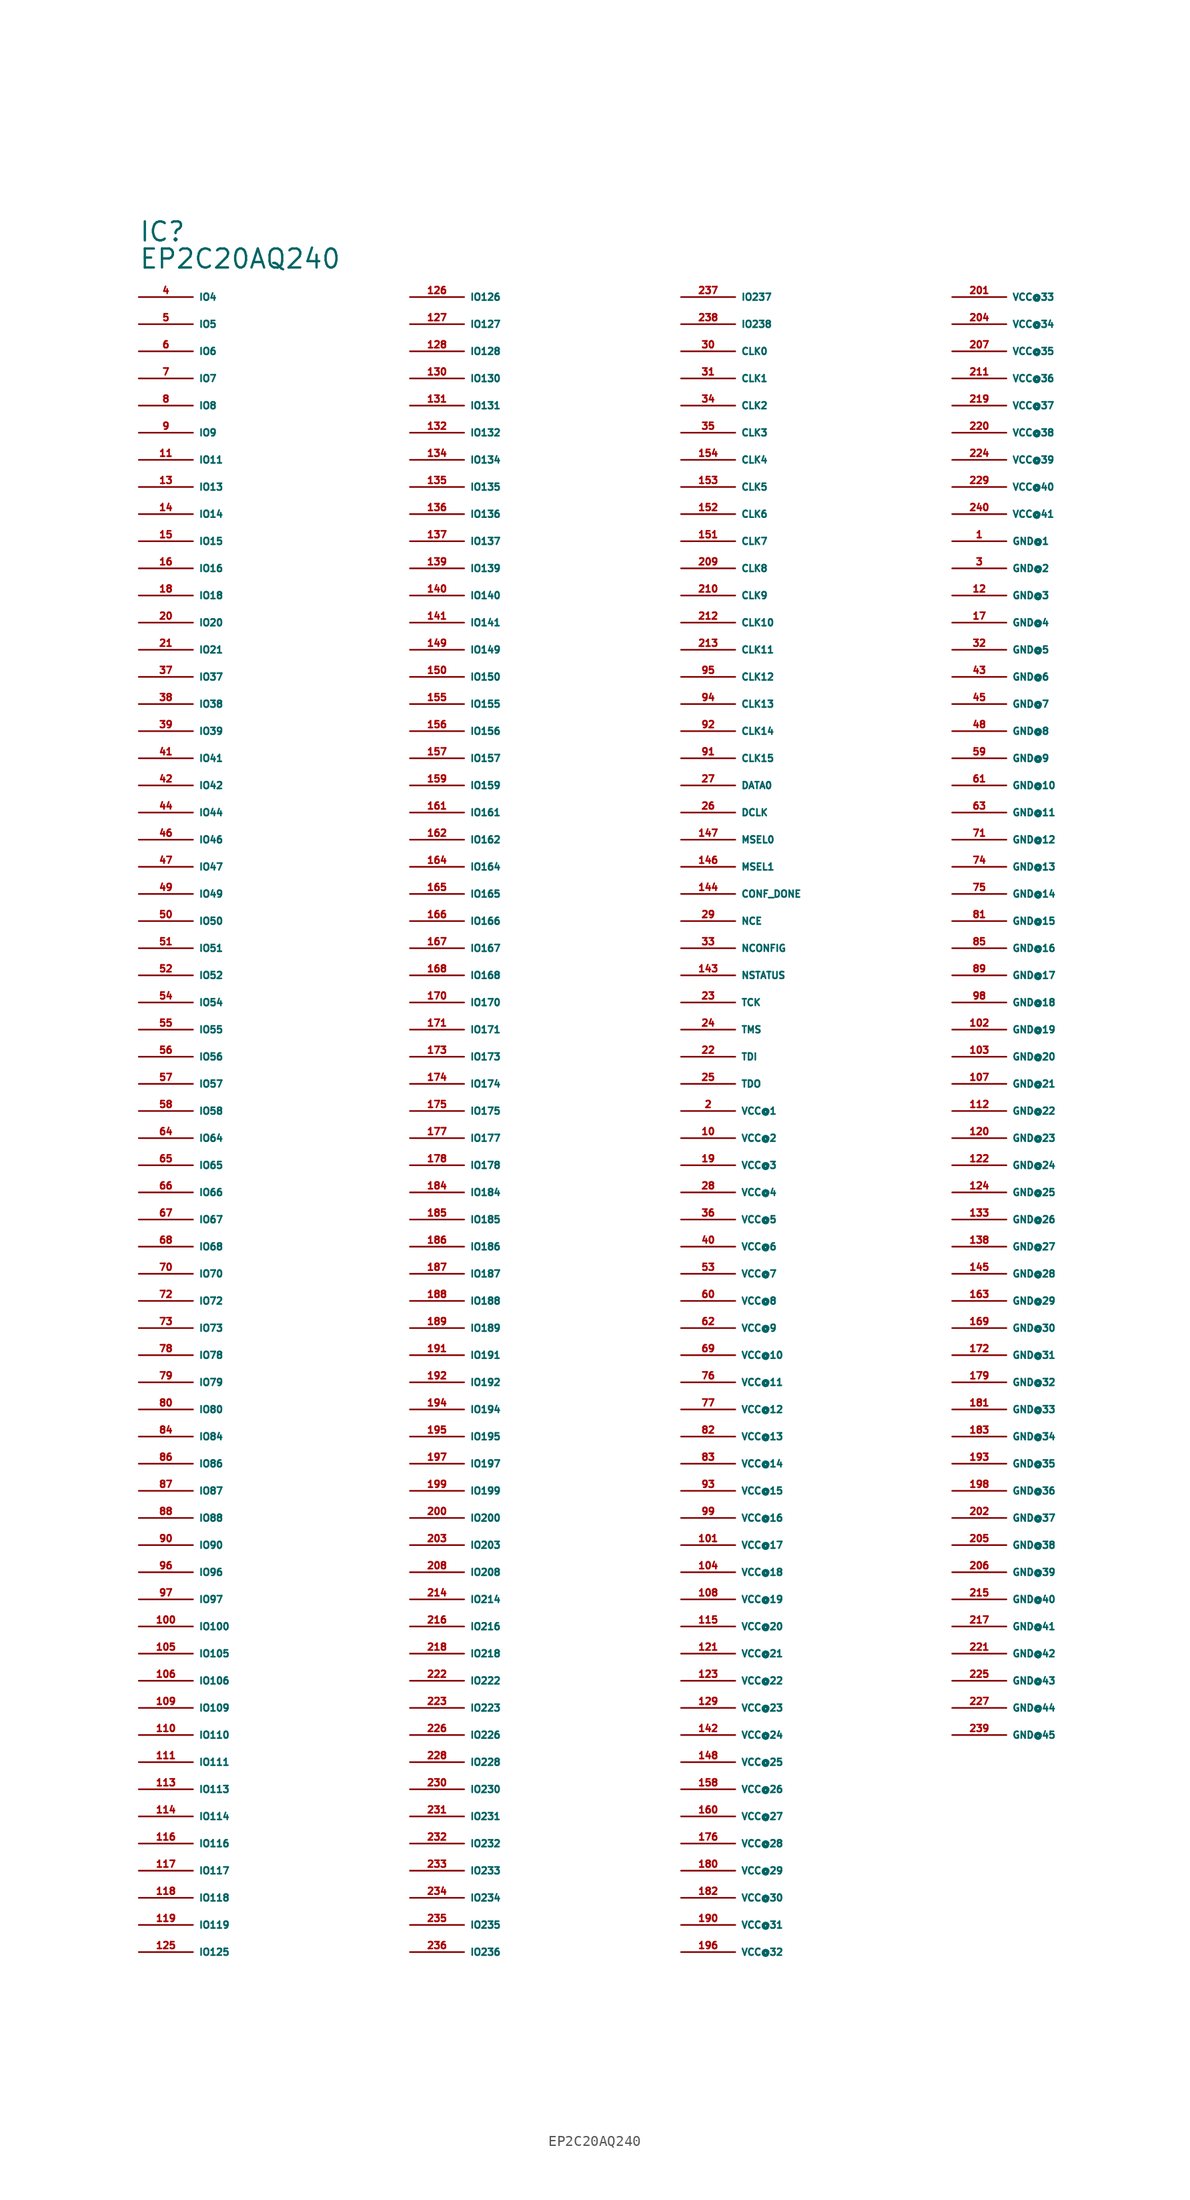
<source format=kicad_sym>
(kicad_symbol_lib
  (version 20220914)
  (generator Eagle2Kicad)
  (symbol "EP2C20AQ240"
    (property "Reference" "IC"
      (at -30.48 86.36 0)
      (effects (font (size 1.778 1.778) (thickness 0.22)) (justify left bottom)))
    (property "Value" "EP2C20AQ240"
      (at -30.48 83.82 0)
      (effects (font (size 1.778 1.778) (thickness 0.22)) (justify left bottom)))
    (pin output line
      (at -30.48 81.28 0)
      (length 5.08)
      (name "IO4" (effects (font (size 0.635 0.635) (thickness 0.08)) (justify left bottom)))
      (number "4" (effects (font (size 0.635 0.635) (thickness 0.08)) (justify left bottom))))
    (pin output line
      (at -30.48 78.74 0)
      (length 5.08)
      (name "IO5" (effects (font (size 0.635 0.635) (thickness 0.08)) (justify left bottom)))
      (number "5" (effects (font (size 0.635 0.635) (thickness 0.08)) (justify left bottom))))
    (pin bidirectional line
      (at -30.48 76.2 0)
      (length 5.08)
      (name "IO6" (effects (font (size 0.635 0.635) (thickness 0.08)) (justify left bottom)))
      (number "6" (effects (font (size 0.635 0.635) (thickness 0.08)) (justify left bottom))))
    (pin bidirectional line
      (at -30.48 73.66 0)
      (length 5.08)
      (name "IO7" (effects (font (size 0.635 0.635) (thickness 0.08)) (justify left bottom)))
      (number "7" (effects (font (size 0.635 0.635) (thickness 0.08)) (justify left bottom))))
    (pin bidirectional line
      (at -30.48 71.12 0)
      (length 5.08)
      (name "IO8" (effects (font (size 0.635 0.635) (thickness 0.08)) (justify left bottom)))
      (number "8" (effects (font (size 0.635 0.635) (thickness 0.08)) (justify left bottom))))
    (pin bidirectional line
      (at -30.48 68.58 0)
      (length 5.08)
      (name "IO9" (effects (font (size 0.635 0.635) (thickness 0.08)) (justify left bottom)))
      (number "9" (effects (font (size 0.635 0.635) (thickness 0.08)) (justify left bottom))))
    (pin bidirectional line
      (at -30.48 66.04 0)
      (length 5.08)
      (name "IO11" (effects (font (size 0.635 0.635) (thickness 0.08)) (justify left bottom)))
      (number "11" (effects (font (size 0.635 0.635) (thickness 0.08)) (justify left bottom))))
    (pin bidirectional line
      (at -30.48 63.5 0)
      (length 5.08)
      (name "IO13" (effects (font (size 0.635 0.635) (thickness 0.08)) (justify left bottom)))
      (number "13" (effects (font (size 0.635 0.635) (thickness 0.08)) (justify left bottom))))
    (pin bidirectional line
      (at -30.48 60.96 0)
      (length 5.08)
      (name "IO14" (effects (font (size 0.635 0.635) (thickness 0.08)) (justify left bottom)))
      (number "14" (effects (font (size 0.635 0.635) (thickness 0.08)) (justify left bottom))))
    (pin bidirectional line
      (at -30.48 58.42 0)
      (length 5.08)
      (name "IO15" (effects (font (size 0.635 0.635) (thickness 0.08)) (justify left bottom)))
      (number "15" (effects (font (size 0.635 0.635) (thickness 0.08)) (justify left bottom))))
    (pin bidirectional line
      (at -30.48 55.88 0)
      (length 5.08)
      (name "IO16" (effects (font (size 0.635 0.635) (thickness 0.08)) (justify left bottom)))
      (number "16" (effects (font (size 0.635 0.635) (thickness 0.08)) (justify left bottom))))
    (pin bidirectional line
      (at -30.48 53.34 0)
      (length 5.08)
      (name "IO18" (effects (font (size 0.635 0.635) (thickness 0.08)) (justify left bottom)))
      (number "18" (effects (font (size 0.635 0.635) (thickness 0.08)) (justify left bottom))))
    (pin bidirectional line
      (at -30.48 50.8 0)
      (length 5.08)
      (name "IO20" (effects (font (size 0.635 0.635) (thickness 0.08)) (justify left bottom)))
      (number "20" (effects (font (size 0.635 0.635) (thickness 0.08)) (justify left bottom))))
    (pin bidirectional line
      (at -30.48 48.26 0)
      (length 5.08)
      (name "IO21" (effects (font (size 0.635 0.635) (thickness 0.08)) (justify left bottom)))
      (number "21" (effects (font (size 0.635 0.635) (thickness 0.08)) (justify left bottom))))
    (pin bidirectional line
      (at -30.48 45.72 0)
      (length 5.08)
      (name "IO37" (effects (font (size 0.635 0.635) (thickness 0.08)) (justify left bottom)))
      (number "37" (effects (font (size 0.635 0.635) (thickness 0.08)) (justify left bottom))))
    (pin bidirectional line
      (at -30.48 43.18 0)
      (length 5.08)
      (name "IO38" (effects (font (size 0.635 0.635) (thickness 0.08)) (justify left bottom)))
      (number "38" (effects (font (size 0.635 0.635) (thickness 0.08)) (justify left bottom))))
    (pin bidirectional line
      (at -30.48 40.64 0)
      (length 5.08)
      (name "IO39" (effects (font (size 0.635 0.635) (thickness 0.08)) (justify left bottom)))
      (number "39" (effects (font (size 0.635 0.635) (thickness 0.08)) (justify left bottom))))
    (pin bidirectional line
      (at -30.48 38.1 0)
      (length 5.08)
      (name "IO41" (effects (font (size 0.635 0.635) (thickness 0.08)) (justify left bottom)))
      (number "41" (effects (font (size 0.635 0.635) (thickness 0.08)) (justify left bottom))))
    (pin bidirectional line
      (at -30.48 35.56 0)
      (length 5.08)
      (name "IO42" (effects (font (size 0.635 0.635) (thickness 0.08)) (justify left bottom)))
      (number "42" (effects (font (size 0.635 0.635) (thickness 0.08)) (justify left bottom))))
    (pin bidirectional line
      (at -30.48 33.02 0)
      (length 5.08)
      (name "IO44" (effects (font (size 0.635 0.635) (thickness 0.08)) (justify left bottom)))
      (number "44" (effects (font (size 0.635 0.635) (thickness 0.08)) (justify left bottom))))
    (pin bidirectional line
      (at -30.48 30.48 0)
      (length 5.08)
      (name "IO46" (effects (font (size 0.635 0.635) (thickness 0.08)) (justify left bottom)))
      (number "46" (effects (font (size 0.635 0.635) (thickness 0.08)) (justify left bottom))))
    (pin bidirectional line
      (at -30.48 27.94 0)
      (length 5.08)
      (name "IO47" (effects (font (size 0.635 0.635) (thickness 0.08)) (justify left bottom)))
      (number "47" (effects (font (size 0.635 0.635) (thickness 0.08)) (justify left bottom))))
    (pin bidirectional line
      (at -30.48 25.4 0)
      (length 5.08)
      (name "IO49" (effects (font (size 0.635 0.635) (thickness 0.08)) (justify left bottom)))
      (number "49" (effects (font (size 0.635 0.635) (thickness 0.08)) (justify left bottom))))
    (pin bidirectional line
      (at -30.48 22.86 0)
      (length 5.08)
      (name "IO50" (effects (font (size 0.635 0.635) (thickness 0.08)) (justify left bottom)))
      (number "50" (effects (font (size 0.635 0.635) (thickness 0.08)) (justify left bottom))))
    (pin bidirectional line
      (at -30.48 20.32 0)
      (length 5.08)
      (name "IO51" (effects (font (size 0.635 0.635) (thickness 0.08)) (justify left bottom)))
      (number "51" (effects (font (size 0.635 0.635) (thickness 0.08)) (justify left bottom))))
    (pin bidirectional line
      (at -30.48 17.78 0)
      (length 5.08)
      (name "IO52" (effects (font (size 0.635 0.635) (thickness 0.08)) (justify left bottom)))
      (number "52" (effects (font (size 0.635 0.635) (thickness 0.08)) (justify left bottom))))
    (pin bidirectional line
      (at -30.48 15.24 0)
      (length 5.08)
      (name "IO54" (effects (font (size 0.635 0.635) (thickness 0.08)) (justify left bottom)))
      (number "54" (effects (font (size 0.635 0.635) (thickness 0.08)) (justify left bottom))))
    (pin bidirectional line
      (at -30.48 12.7 0)
      (length 5.08)
      (name "IO55" (effects (font (size 0.635 0.635) (thickness 0.08)) (justify left bottom)))
      (number "55" (effects (font (size 0.635 0.635) (thickness 0.08)) (justify left bottom))))
    (pin bidirectional line
      (at -30.48 10.16 0)
      (length 5.08)
      (name "IO56" (effects (font (size 0.635 0.635) (thickness 0.08)) (justify left bottom)))
      (number "56" (effects (font (size 0.635 0.635) (thickness 0.08)) (justify left bottom))))
    (pin bidirectional line
      (at -30.48 7.62 0)
      (length 5.08)
      (name "IO57" (effects (font (size 0.635 0.635) (thickness 0.08)) (justify left bottom)))
      (number "57" (effects (font (size 0.635 0.635) (thickness 0.08)) (justify left bottom))))
    (pin bidirectional line
      (at -30.48 5.08 0)
      (length 5.08)
      (name "IO58" (effects (font (size 0.635 0.635) (thickness 0.08)) (justify left bottom)))
      (number "58" (effects (font (size 0.635 0.635) (thickness 0.08)) (justify left bottom))))
    (pin bidirectional line
      (at -30.48 2.54 0)
      (length 5.08)
      (name "IO64" (effects (font (size 0.635 0.635) (thickness 0.08)) (justify left bottom)))
      (number "64" (effects (font (size 0.635 0.635) (thickness 0.08)) (justify left bottom))))
    (pin bidirectional line
      (at -30.48 0 0)
      (length 5.08)
      (name "IO65" (effects (font (size 0.635 0.635) (thickness 0.08)) (justify left bottom)))
      (number "65" (effects (font (size 0.635 0.635) (thickness 0.08)) (justify left bottom))))
    (pin bidirectional line
      (at -30.48 -2.54 0)
      (length 5.08)
      (name "IO66" (effects (font (size 0.635 0.635) (thickness 0.08)) (justify left bottom)))
      (number "66" (effects (font (size 0.635 0.635) (thickness 0.08)) (justify left bottom))))
    (pin bidirectional line
      (at -30.48 -5.08 0)
      (length 5.08)
      (name "IO67" (effects (font (size 0.635 0.635) (thickness 0.08)) (justify left bottom)))
      (number "67" (effects (font (size 0.635 0.635) (thickness 0.08)) (justify left bottom))))
    (pin bidirectional line
      (at -30.48 -7.62 0)
      (length 5.08)
      (name "IO68" (effects (font (size 0.635 0.635) (thickness 0.08)) (justify left bottom)))
      (number "68" (effects (font (size 0.635 0.635) (thickness 0.08)) (justify left bottom))))
    (pin bidirectional line
      (at -30.48 -10.16 0)
      (length 5.08)
      (name "IO70" (effects (font (size 0.635 0.635) (thickness 0.08)) (justify left bottom)))
      (number "70" (effects (font (size 0.635 0.635) (thickness 0.08)) (justify left bottom))))
    (pin bidirectional line
      (at -30.48 -12.7 0)
      (length 5.08)
      (name "IO72" (effects (font (size 0.635 0.635) (thickness 0.08)) (justify left bottom)))
      (number "72" (effects (font (size 0.635 0.635) (thickness 0.08)) (justify left bottom))))
    (pin bidirectional line
      (at -30.48 -15.24 0)
      (length 5.08)
      (name "IO73" (effects (font (size 0.635 0.635) (thickness 0.08)) (justify left bottom)))
      (number "73" (effects (font (size 0.635 0.635) (thickness 0.08)) (justify left bottom))))
    (pin bidirectional line
      (at -30.48 -17.78 0)
      (length 5.08)
      (name "IO78" (effects (font (size 0.635 0.635) (thickness 0.08)) (justify left bottom)))
      (number "78" (effects (font (size 0.635 0.635) (thickness 0.08)) (justify left bottom))))
    (pin bidirectional line
      (at -30.48 -20.32 0)
      (length 5.08)
      (name "IO79" (effects (font (size 0.635 0.635) (thickness 0.08)) (justify left bottom)))
      (number "79" (effects (font (size 0.635 0.635) (thickness 0.08)) (justify left bottom))))
    (pin bidirectional line
      (at -30.48 -22.86 0)
      (length 5.08)
      (name "IO80" (effects (font (size 0.635 0.635) (thickness 0.08)) (justify left bottom)))
      (number "80" (effects (font (size 0.635 0.635) (thickness 0.08)) (justify left bottom))))
    (pin bidirectional line
      (at -30.48 -25.4 0)
      (length 5.08)
      (name "IO84" (effects (font (size 0.635 0.635) (thickness 0.08)) (justify left bottom)))
      (number "84" (effects (font (size 0.635 0.635) (thickness 0.08)) (justify left bottom))))
    (pin bidirectional line
      (at -30.48 -27.94 0)
      (length 5.08)
      (name "IO86" (effects (font (size 0.635 0.635) (thickness 0.08)) (justify left bottom)))
      (number "86" (effects (font (size 0.635 0.635) (thickness 0.08)) (justify left bottom))))
    (pin bidirectional line
      (at -30.48 -30.48 0)
      (length 5.08)
      (name "IO87" (effects (font (size 0.635 0.635) (thickness 0.08)) (justify left bottom)))
      (number "87" (effects (font (size 0.635 0.635) (thickness 0.08)) (justify left bottom))))
    (pin bidirectional line
      (at -30.48 -33.02 0)
      (length 5.08)
      (name "IO88" (effects (font (size 0.635 0.635) (thickness 0.08)) (justify left bottom)))
      (number "88" (effects (font (size 0.635 0.635) (thickness 0.08)) (justify left bottom))))
    (pin bidirectional line
      (at -30.48 -35.56 0)
      (length 5.08)
      (name "IO90" (effects (font (size 0.635 0.635) (thickness 0.08)) (justify left bottom)))
      (number "90" (effects (font (size 0.635 0.635) (thickness 0.08)) (justify left bottom))))
    (pin bidirectional line
      (at -30.48 -38.1 0)
      (length 5.08)
      (name "IO96" (effects (font (size 0.635 0.635) (thickness 0.08)) (justify left bottom)))
      (number "96" (effects (font (size 0.635 0.635) (thickness 0.08)) (justify left bottom))))
    (pin bidirectional line
      (at -30.48 -40.64 0)
      (length 5.08)
      (name "IO97" (effects (font (size 0.635 0.635) (thickness 0.08)) (justify left bottom)))
      (number "97" (effects (font (size 0.635 0.635) (thickness 0.08)) (justify left bottom))))
    (pin bidirectional line
      (at -30.48 -43.18 0)
      (length 5.08)
      (name "IO100" (effects (font (size 0.635 0.635) (thickness 0.08)) (justify left bottom)))
      (number "100" (effects (font (size 0.635 0.635) (thickness 0.08)) (justify left bottom))))
    (pin bidirectional line
      (at -30.48 -45.72 0)
      (length 5.08)
      (name "IO105" (effects (font (size 0.635 0.635) (thickness 0.08)) (justify left bottom)))
      (number "105" (effects (font (size 0.635 0.635) (thickness 0.08)) (justify left bottom))))
    (pin bidirectional line
      (at -30.48 -48.26 0)
      (length 5.08)
      (name "IO106" (effects (font (size 0.635 0.635) (thickness 0.08)) (justify left bottom)))
      (number "106" (effects (font (size 0.635 0.635) (thickness 0.08)) (justify left bottom))))
    (pin bidirectional line
      (at -30.48 -50.8 0)
      (length 5.08)
      (name "IO109" (effects (font (size 0.635 0.635) (thickness 0.08)) (justify left bottom)))
      (number "109" (effects (font (size 0.635 0.635) (thickness 0.08)) (justify left bottom))))
    (pin bidirectional line
      (at -30.48 -53.34 0)
      (length 5.08)
      (name "IO110" (effects (font (size 0.635 0.635) (thickness 0.08)) (justify left bottom)))
      (number "110" (effects (font (size 0.635 0.635) (thickness 0.08)) (justify left bottom))))
    (pin bidirectional line
      (at -30.48 -55.88 0)
      (length 5.08)
      (name "IO111" (effects (font (size 0.635 0.635) (thickness 0.08)) (justify left bottom)))
      (number "111" (effects (font (size 0.635 0.635) (thickness 0.08)) (justify left bottom))))
    (pin bidirectional line
      (at -30.48 -58.42 0)
      (length 5.08)
      (name "IO113" (effects (font (size 0.635 0.635) (thickness 0.08)) (justify left bottom)))
      (number "113" (effects (font (size 0.635 0.635) (thickness 0.08)) (justify left bottom))))
    (pin bidirectional line
      (at -30.48 -60.96 0)
      (length 5.08)
      (name "IO114" (effects (font (size 0.635 0.635) (thickness 0.08)) (justify left bottom)))
      (number "114" (effects (font (size 0.635 0.635) (thickness 0.08)) (justify left bottom))))
    (pin bidirectional line
      (at -30.48 -63.5 0)
      (length 5.08)
      (name "IO116" (effects (font (size 0.635 0.635) (thickness 0.08)) (justify left bottom)))
      (number "116" (effects (font (size 0.635 0.635) (thickness 0.08)) (justify left bottom))))
    (pin bidirectional line
      (at -30.48 -66.04 0)
      (length 5.08)
      (name "IO117" (effects (font (size 0.635 0.635) (thickness 0.08)) (justify left bottom)))
      (number "117" (effects (font (size 0.635 0.635) (thickness 0.08)) (justify left bottom))))
    (pin bidirectional line
      (at -30.48 -68.58 0)
      (length 5.08)
      (name "IO118" (effects (font (size 0.635 0.635) (thickness 0.08)) (justify left bottom)))
      (number "118" (effects (font (size 0.635 0.635) (thickness 0.08)) (justify left bottom))))
    (pin bidirectional line
      (at -30.48 -71.12 0)
      (length 5.08)
      (name "IO119" (effects (font (size 0.635 0.635) (thickness 0.08)) (justify left bottom)))
      (number "119" (effects (font (size 0.635 0.635) (thickness 0.08)) (justify left bottom))))
    (pin bidirectional line
      (at -30.48 -73.66 0)
      (length 5.08)
      (name "IO125" (effects (font (size 0.635 0.635) (thickness 0.08)) (justify left bottom)))
      (number "125" (effects (font (size 0.635 0.635) (thickness 0.08)) (justify left bottom))))
    (pin bidirectional line
      (at -5.08 81.28 0)
      (length 5.08)
      (name "IO126" (effects (font (size 0.635 0.635) (thickness 0.08)) (justify left bottom)))
      (number "126" (effects (font (size 0.635 0.635) (thickness 0.08)) (justify left bottom))))
    (pin bidirectional line
      (at -5.08 78.74 0)
      (length 5.08)
      (name "IO127" (effects (font (size 0.635 0.635) (thickness 0.08)) (justify left bottom)))
      (number "127" (effects (font (size 0.635 0.635) (thickness 0.08)) (justify left bottom))))
    (pin bidirectional line
      (at -5.08 76.2 0)
      (length 5.08)
      (name "IO128" (effects (font (size 0.635 0.635) (thickness 0.08)) (justify left bottom)))
      (number "128" (effects (font (size 0.635 0.635) (thickness 0.08)) (justify left bottom))))
    (pin bidirectional line
      (at -5.08 73.66 0)
      (length 5.08)
      (name "IO130" (effects (font (size 0.635 0.635) (thickness 0.08)) (justify left bottom)))
      (number "130" (effects (font (size 0.635 0.635) (thickness 0.08)) (justify left bottom))))
    (pin bidirectional line
      (at -5.08 71.12 0)
      (length 5.08)
      (name "IO131" (effects (font (size 0.635 0.635) (thickness 0.08)) (justify left bottom)))
      (number "131" (effects (font (size 0.635 0.635) (thickness 0.08)) (justify left bottom))))
    (pin bidirectional line
      (at -5.08 68.58 0)
      (length 5.08)
      (name "IO132" (effects (font (size 0.635 0.635) (thickness 0.08)) (justify left bottom)))
      (number "132" (effects (font (size 0.635 0.635) (thickness 0.08)) (justify left bottom))))
    (pin bidirectional line
      (at -5.08 66.04 0)
      (length 5.08)
      (name "IO134" (effects (font (size 0.635 0.635) (thickness 0.08)) (justify left bottom)))
      (number "134" (effects (font (size 0.635 0.635) (thickness 0.08)) (justify left bottom))))
    (pin bidirectional line
      (at -5.08 63.5 0)
      (length 5.08)
      (name "IO135" (effects (font (size 0.635 0.635) (thickness 0.08)) (justify left bottom)))
      (number "135" (effects (font (size 0.635 0.635) (thickness 0.08)) (justify left bottom))))
    (pin bidirectional line
      (at -5.08 60.96 0)
      (length 5.08)
      (name "IO136" (effects (font (size 0.635 0.635) (thickness 0.08)) (justify left bottom)))
      (number "136" (effects (font (size 0.635 0.635) (thickness 0.08)) (justify left bottom))))
    (pin bidirectional line
      (at -5.08 58.42 0)
      (length 5.08)
      (name "IO137" (effects (font (size 0.635 0.635) (thickness 0.08)) (justify left bottom)))
      (number "137" (effects (font (size 0.635 0.635) (thickness 0.08)) (justify left bottom))))
    (pin bidirectional line
      (at -5.08 55.88 0)
      (length 5.08)
      (name "IO139" (effects (font (size 0.635 0.635) (thickness 0.08)) (justify left bottom)))
      (number "139" (effects (font (size 0.635 0.635) (thickness 0.08)) (justify left bottom))))
    (pin bidirectional line
      (at -5.08 53.34 0)
      (length 5.08)
      (name "IO140" (effects (font (size 0.635 0.635) (thickness 0.08)) (justify left bottom)))
      (number "140" (effects (font (size 0.635 0.635) (thickness 0.08)) (justify left bottom))))
    (pin bidirectional line
      (at -5.08 50.8 0)
      (length 5.08)
      (name "IO141" (effects (font (size 0.635 0.635) (thickness 0.08)) (justify left bottom)))
      (number "141" (effects (font (size 0.635 0.635) (thickness 0.08)) (justify left bottom))))
    (pin bidirectional line
      (at -5.08 48.26 0)
      (length 5.08)
      (name "IO149" (effects (font (size 0.635 0.635) (thickness 0.08)) (justify left bottom)))
      (number "149" (effects (font (size 0.635 0.635) (thickness 0.08)) (justify left bottom))))
    (pin bidirectional line
      (at -5.08 45.72 0)
      (length 5.08)
      (name "IO150" (effects (font (size 0.635 0.635) (thickness 0.08)) (justify left bottom)))
      (number "150" (effects (font (size 0.635 0.635) (thickness 0.08)) (justify left bottom))))
    (pin bidirectional line
      (at -5.08 43.18 0)
      (length 5.08)
      (name "IO155" (effects (font (size 0.635 0.635) (thickness 0.08)) (justify left bottom)))
      (number "155" (effects (font (size 0.635 0.635) (thickness 0.08)) (justify left bottom))))
    (pin bidirectional line
      (at -5.08 40.64 0)
      (length 5.08)
      (name "IO156" (effects (font (size 0.635 0.635) (thickness 0.08)) (justify left bottom)))
      (number "156" (effects (font (size 0.635 0.635) (thickness 0.08)) (justify left bottom))))
    (pin bidirectional line
      (at -5.08 38.1 0)
      (length 5.08)
      (name "IO157" (effects (font (size 0.635 0.635) (thickness 0.08)) (justify left bottom)))
      (number "157" (effects (font (size 0.635 0.635) (thickness 0.08)) (justify left bottom))))
    (pin bidirectional line
      (at -5.08 35.56 0)
      (length 5.08)
      (name "IO159" (effects (font (size 0.635 0.635) (thickness 0.08)) (justify left bottom)))
      (number "159" (effects (font (size 0.635 0.635) (thickness 0.08)) (justify left bottom))))
    (pin bidirectional line
      (at -5.08 33.02 0)
      (length 5.08)
      (name "IO161" (effects (font (size 0.635 0.635) (thickness 0.08)) (justify left bottom)))
      (number "161" (effects (font (size 0.635 0.635) (thickness 0.08)) (justify left bottom))))
    (pin bidirectional line
      (at -5.08 30.48 0)
      (length 5.08)
      (name "IO162" (effects (font (size 0.635 0.635) (thickness 0.08)) (justify left bottom)))
      (number "162" (effects (font (size 0.635 0.635) (thickness 0.08)) (justify left bottom))))
    (pin bidirectional line
      (at -5.08 27.94 0)
      (length 5.08)
      (name "IO164" (effects (font (size 0.635 0.635) (thickness 0.08)) (justify left bottom)))
      (number "164" (effects (font (size 0.635 0.635) (thickness 0.08)) (justify left bottom))))
    (pin bidirectional line
      (at -5.08 25.4 0)
      (length 5.08)
      (name "IO165" (effects (font (size 0.635 0.635) (thickness 0.08)) (justify left bottom)))
      (number "165" (effects (font (size 0.635 0.635) (thickness 0.08)) (justify left bottom))))
    (pin bidirectional line
      (at -5.08 22.86 0)
      (length 5.08)
      (name "IO166" (effects (font (size 0.635 0.635) (thickness 0.08)) (justify left bottom)))
      (number "166" (effects (font (size 0.635 0.635) (thickness 0.08)) (justify left bottom))))
    (pin bidirectional line
      (at -5.08 20.32 0)
      (length 5.08)
      (name "IO167" (effects (font (size 0.635 0.635) (thickness 0.08)) (justify left bottom)))
      (number "167" (effects (font (size 0.635 0.635) (thickness 0.08)) (justify left bottom))))
    (pin bidirectional line
      (at -5.08 17.78 0)
      (length 5.08)
      (name "IO168" (effects (font (size 0.635 0.635) (thickness 0.08)) (justify left bottom)))
      (number "168" (effects (font (size 0.635 0.635) (thickness 0.08)) (justify left bottom))))
    (pin bidirectional line
      (at -5.08 15.24 0)
      (length 5.08)
      (name "IO170" (effects (font (size 0.635 0.635) (thickness 0.08)) (justify left bottom)))
      (number "170" (effects (font (size 0.635 0.635) (thickness 0.08)) (justify left bottom))))
    (pin bidirectional line
      (at -5.08 12.7 0)
      (length 5.08)
      (name "IO171" (effects (font (size 0.635 0.635) (thickness 0.08)) (justify left bottom)))
      (number "171" (effects (font (size 0.635 0.635) (thickness 0.08)) (justify left bottom))))
    (pin bidirectional line
      (at -5.08 10.16 0)
      (length 5.08)
      (name "IO173" (effects (font (size 0.635 0.635) (thickness 0.08)) (justify left bottom)))
      (number "173" (effects (font (size 0.635 0.635) (thickness 0.08)) (justify left bottom))))
    (pin bidirectional line
      (at -5.08 7.62 0)
      (length 5.08)
      (name "IO174" (effects (font (size 0.635 0.635) (thickness 0.08)) (justify left bottom)))
      (number "174" (effects (font (size 0.635 0.635) (thickness 0.08)) (justify left bottom))))
    (pin bidirectional line
      (at -5.08 5.08 0)
      (length 5.08)
      (name "IO175" (effects (font (size 0.635 0.635) (thickness 0.08)) (justify left bottom)))
      (number "175" (effects (font (size 0.635 0.635) (thickness 0.08)) (justify left bottom))))
    (pin bidirectional line
      (at -5.08 2.54 0)
      (length 5.08)
      (name "IO177" (effects (font (size 0.635 0.635) (thickness 0.08)) (justify left bottom)))
      (number "177" (effects (font (size 0.635 0.635) (thickness 0.08)) (justify left bottom))))
    (pin bidirectional line
      (at -5.08 0 0)
      (length 5.08)
      (name "IO178" (effects (font (size 0.635 0.635) (thickness 0.08)) (justify left bottom)))
      (number "178" (effects (font (size 0.635 0.635) (thickness 0.08)) (justify left bottom))))
    (pin bidirectional line
      (at -5.08 -2.54 0)
      (length 5.08)
      (name "IO184" (effects (font (size 0.635 0.635) (thickness 0.08)) (justify left bottom)))
      (number "184" (effects (font (size 0.635 0.635) (thickness 0.08)) (justify left bottom))))
    (pin bidirectional line
      (at -5.08 -5.08 0)
      (length 5.08)
      (name "IO185" (effects (font (size 0.635 0.635) (thickness 0.08)) (justify left bottom)))
      (number "185" (effects (font (size 0.635 0.635) (thickness 0.08)) (justify left bottom))))
    (pin bidirectional line
      (at -5.08 -7.62 0)
      (length 5.08)
      (name "IO186" (effects (font (size 0.635 0.635) (thickness 0.08)) (justify left bottom)))
      (number "186" (effects (font (size 0.635 0.635) (thickness 0.08)) (justify left bottom))))
    (pin bidirectional line
      (at -5.08 -10.16 0)
      (length 5.08)
      (name "IO187" (effects (font (size 0.635 0.635) (thickness 0.08)) (justify left bottom)))
      (number "187" (effects (font (size 0.635 0.635) (thickness 0.08)) (justify left bottom))))
    (pin bidirectional line
      (at -5.08 -12.7 0)
      (length 5.08)
      (name "IO188" (effects (font (size 0.635 0.635) (thickness 0.08)) (justify left bottom)))
      (number "188" (effects (font (size 0.635 0.635) (thickness 0.08)) (justify left bottom))))
    (pin bidirectional line
      (at -5.08 -15.24 0)
      (length 5.08)
      (name "IO189" (effects (font (size 0.635 0.635) (thickness 0.08)) (justify left bottom)))
      (number "189" (effects (font (size 0.635 0.635) (thickness 0.08)) (justify left bottom))))
    (pin bidirectional line
      (at -5.08 -17.78 0)
      (length 5.08)
      (name "IO191" (effects (font (size 0.635 0.635) (thickness 0.08)) (justify left bottom)))
      (number "191" (effects (font (size 0.635 0.635) (thickness 0.08)) (justify left bottom))))
    (pin bidirectional line
      (at -5.08 -20.32 0)
      (length 5.08)
      (name "IO192" (effects (font (size 0.635 0.635) (thickness 0.08)) (justify left bottom)))
      (number "192" (effects (font (size 0.635 0.635) (thickness 0.08)) (justify left bottom))))
    (pin bidirectional line
      (at -5.08 -22.86 0)
      (length 5.08)
      (name "IO194" (effects (font (size 0.635 0.635) (thickness 0.08)) (justify left bottom)))
      (number "194" (effects (font (size 0.635 0.635) (thickness 0.08)) (justify left bottom))))
    (pin bidirectional line
      (at -5.08 -25.4 0)
      (length 5.08)
      (name "IO195" (effects (font (size 0.635 0.635) (thickness 0.08)) (justify left bottom)))
      (number "195" (effects (font (size 0.635 0.635) (thickness 0.08)) (justify left bottom))))
    (pin bidirectional line
      (at -5.08 -27.94 0)
      (length 5.08)
      (name "IO197" (effects (font (size 0.635 0.635) (thickness 0.08)) (justify left bottom)))
      (number "197" (effects (font (size 0.635 0.635) (thickness 0.08)) (justify left bottom))))
    (pin bidirectional line
      (at -5.08 -30.48 0)
      (length 5.08)
      (name "IO199" (effects (font (size 0.635 0.635) (thickness 0.08)) (justify left bottom)))
      (number "199" (effects (font (size 0.635 0.635) (thickness 0.08)) (justify left bottom))))
    (pin bidirectional line
      (at -5.08 -33.02 0)
      (length 5.08)
      (name "IO200" (effects (font (size 0.635 0.635) (thickness 0.08)) (justify left bottom)))
      (number "200" (effects (font (size 0.635 0.635) (thickness 0.08)) (justify left bottom))))
    (pin bidirectional line
      (at -5.08 -35.56 0)
      (length 5.08)
      (name "IO203" (effects (font (size 0.635 0.635) (thickness 0.08)) (justify left bottom)))
      (number "203" (effects (font (size 0.635 0.635) (thickness 0.08)) (justify left bottom))))
    (pin bidirectional line
      (at -5.08 -38.1 0)
      (length 5.08)
      (name "IO208" (effects (font (size 0.635 0.635) (thickness 0.08)) (justify left bottom)))
      (number "208" (effects (font (size 0.635 0.635) (thickness 0.08)) (justify left bottom))))
    (pin bidirectional line
      (at -5.08 -40.64 0)
      (length 5.08)
      (name "IO214" (effects (font (size 0.635 0.635) (thickness 0.08)) (justify left bottom)))
      (number "214" (effects (font (size 0.635 0.635) (thickness 0.08)) (justify left bottom))))
    (pin bidirectional line
      (at -5.08 -43.18 0)
      (length 5.08)
      (name "IO216" (effects (font (size 0.635 0.635) (thickness 0.08)) (justify left bottom)))
      (number "216" (effects (font (size 0.635 0.635) (thickness 0.08)) (justify left bottom))))
    (pin bidirectional line
      (at -5.08 -45.72 0)
      (length 5.08)
      (name "IO218" (effects (font (size 0.635 0.635) (thickness 0.08)) (justify left bottom)))
      (number "218" (effects (font (size 0.635 0.635) (thickness 0.08)) (justify left bottom))))
    (pin bidirectional line
      (at -5.08 -48.26 0)
      (length 5.08)
      (name "IO222" (effects (font (size 0.635 0.635) (thickness 0.08)) (justify left bottom)))
      (number "222" (effects (font (size 0.635 0.635) (thickness 0.08)) (justify left bottom))))
    (pin bidirectional line
      (at -5.08 -50.8 0)
      (length 5.08)
      (name "IO223" (effects (font (size 0.635 0.635) (thickness 0.08)) (justify left bottom)))
      (number "223" (effects (font (size 0.635 0.635) (thickness 0.08)) (justify left bottom))))
    (pin bidirectional line
      (at -5.08 -53.34 0)
      (length 5.08)
      (name "IO226" (effects (font (size 0.635 0.635) (thickness 0.08)) (justify left bottom)))
      (number "226" (effects (font (size 0.635 0.635) (thickness 0.08)) (justify left bottom))))
    (pin bidirectional line
      (at -5.08 -55.88 0)
      (length 5.08)
      (name "IO228" (effects (font (size 0.635 0.635) (thickness 0.08)) (justify left bottom)))
      (number "228" (effects (font (size 0.635 0.635) (thickness 0.08)) (justify left bottom))))
    (pin bidirectional line
      (at -5.08 -58.42 0)
      (length 5.08)
      (name "IO230" (effects (font (size 0.635 0.635) (thickness 0.08)) (justify left bottom)))
      (number "230" (effects (font (size 0.635 0.635) (thickness 0.08)) (justify left bottom))))
    (pin bidirectional line
      (at -5.08 -60.96 0)
      (length 5.08)
      (name "IO231" (effects (font (size 0.635 0.635) (thickness 0.08)) (justify left bottom)))
      (number "231" (effects (font (size 0.635 0.635) (thickness 0.08)) (justify left bottom))))
    (pin bidirectional line
      (at -5.08 -63.5 0)
      (length 5.08)
      (name "IO232" (effects (font (size 0.635 0.635) (thickness 0.08)) (justify left bottom)))
      (number "232" (effects (font (size 0.635 0.635) (thickness 0.08)) (justify left bottom))))
    (pin bidirectional line
      (at -5.08 -66.04 0)
      (length 5.08)
      (name "IO233" (effects (font (size 0.635 0.635) (thickness 0.08)) (justify left bottom)))
      (number "233" (effects (font (size 0.635 0.635) (thickness 0.08)) (justify left bottom))))
    (pin bidirectional line
      (at -5.08 -68.58 0)
      (length 5.08)
      (name "IO234" (effects (font (size 0.635 0.635) (thickness 0.08)) (justify left bottom)))
      (number "234" (effects (font (size 0.635 0.635) (thickness 0.08)) (justify left bottom))))
    (pin bidirectional line
      (at -5.08 -71.12 0)
      (length 5.08)
      (name "IO235" (effects (font (size 0.635 0.635) (thickness 0.08)) (justify left bottom)))
      (number "235" (effects (font (size 0.635 0.635) (thickness 0.08)) (justify left bottom))))
    (pin bidirectional line
      (at -5.08 -73.66 0)
      (length 5.08)
      (name "IO236" (effects (font (size 0.635 0.635) (thickness 0.08)) (justify left bottom)))
      (number "236" (effects (font (size 0.635 0.635) (thickness 0.08)) (justify left bottom))))
    (pin bidirectional line
      (at 20.32 81.28 0)
      (length 5.08)
      (name "IO237" (effects (font (size 0.635 0.635) (thickness 0.08)) (justify left bottom)))
      (number "237" (effects (font (size 0.635 0.635) (thickness 0.08)) (justify left bottom))))
    (pin bidirectional line
      (at 20.32 78.74 0)
      (length 5.08)
      (name "IO238" (effects (font (size 0.635 0.635) (thickness 0.08)) (justify left bottom)))
      (number "238" (effects (font (size 0.635 0.635) (thickness 0.08)) (justify left bottom))))
    (pin bidirectional line
      (at 20.32 76.2 0)
      (length 5.08)
      (name "CLK0" (effects (font (size 0.635 0.635) (thickness 0.08)) (justify left bottom)))
      (number "30" (effects (font (size 0.635 0.635) (thickness 0.08)) (justify left bottom))))
    (pin bidirectional line
      (at 20.32 73.66 0)
      (length 5.08)
      (name "CLK1" (effects (font (size 0.635 0.635) (thickness 0.08)) (justify left bottom)))
      (number "31" (effects (font (size 0.635 0.635) (thickness 0.08)) (justify left bottom))))
    (pin bidirectional line
      (at 20.32 71.12 0)
      (length 5.08)
      (name "CLK2" (effects (font (size 0.635 0.635) (thickness 0.08)) (justify left bottom)))
      (number "34" (effects (font (size 0.635 0.635) (thickness 0.08)) (justify left bottom))))
    (pin bidirectional line
      (at 20.32 68.58 0)
      (length 5.08)
      (name "CLK3" (effects (font (size 0.635 0.635) (thickness 0.08)) (justify left bottom)))
      (number "35" (effects (font (size 0.635 0.635) (thickness 0.08)) (justify left bottom))))
    (pin bidirectional line
      (at 20.32 66.04 0)
      (length 5.08)
      (name "CLK4" (effects (font (size 0.635 0.635) (thickness 0.08)) (justify left bottom)))
      (number "154" (effects (font (size 0.635 0.635) (thickness 0.08)) (justify left bottom))))
    (pin bidirectional line
      (at 20.32 63.5 0)
      (length 5.08)
      (name "CLK5" (effects (font (size 0.635 0.635) (thickness 0.08)) (justify left bottom)))
      (number "153" (effects (font (size 0.635 0.635) (thickness 0.08)) (justify left bottom))))
    (pin bidirectional line
      (at 20.32 60.96 0)
      (length 5.08)
      (name "CLK6" (effects (font (size 0.635 0.635) (thickness 0.08)) (justify left bottom)))
      (number "152" (effects (font (size 0.635 0.635) (thickness 0.08)) (justify left bottom))))
    (pin bidirectional line
      (at 20.32 58.42 0)
      (length 5.08)
      (name "CLK7" (effects (font (size 0.635 0.635) (thickness 0.08)) (justify left bottom)))
      (number "151" (effects (font (size 0.635 0.635) (thickness 0.08)) (justify left bottom))))
    (pin bidirectional line
      (at 20.32 55.88 0)
      (length 5.08)
      (name "CLK8" (effects (font (size 0.635 0.635) (thickness 0.08)) (justify left bottom)))
      (number "209" (effects (font (size 0.635 0.635) (thickness 0.08)) (justify left bottom))))
    (pin bidirectional line
      (at 20.32 53.34 0)
      (length 5.08)
      (name "CLK9" (effects (font (size 0.635 0.635) (thickness 0.08)) (justify left bottom)))
      (number "210" (effects (font (size 0.635 0.635) (thickness 0.08)) (justify left bottom))))
    (pin bidirectional line
      (at 20.32 50.8 0)
      (length 5.08)
      (name "CLK10" (effects (font (size 0.635 0.635) (thickness 0.08)) (justify left bottom)))
      (number "212" (effects (font (size 0.635 0.635) (thickness 0.08)) (justify left bottom))))
    (pin bidirectional line
      (at 20.32 48.26 0)
      (length 5.08)
      (name "CLK11" (effects (font (size 0.635 0.635) (thickness 0.08)) (justify left bottom)))
      (number "213" (effects (font (size 0.635 0.635) (thickness 0.08)) (justify left bottom))))
    (pin bidirectional line
      (at 20.32 45.72 0)
      (length 5.08)
      (name "CLK12" (effects (font (size 0.635 0.635) (thickness 0.08)) (justify left bottom)))
      (number "95" (effects (font (size 0.635 0.635) (thickness 0.08)) (justify left bottom))))
    (pin bidirectional line
      (at 20.32 43.18 0)
      (length 5.08)
      (name "CLK13" (effects (font (size 0.635 0.635) (thickness 0.08)) (justify left bottom)))
      (number "94" (effects (font (size 0.635 0.635) (thickness 0.08)) (justify left bottom))))
    (pin bidirectional line
      (at 20.32 40.64 0)
      (length 5.08)
      (name "CLK14" (effects (font (size 0.635 0.635) (thickness 0.08)) (justify left bottom)))
      (number "92" (effects (font (size 0.635 0.635) (thickness 0.08)) (justify left bottom))))
    (pin bidirectional line
      (at 20.32 38.1 0)
      (length 5.08)
      (name "CLK15" (effects (font (size 0.635 0.635) (thickness 0.08)) (justify left bottom)))
      (number "91" (effects (font (size 0.635 0.635) (thickness 0.08)) (justify left bottom))))
    (pin bidirectional line
      (at 20.32 35.56 0)
      (length 5.08)
      (name "DATA0" (effects (font (size 0.635 0.635) (thickness 0.08)) (justify left bottom)))
      (number "27" (effects (font (size 0.635 0.635) (thickness 0.08)) (justify left bottom))))
    (pin bidirectional line
      (at 20.32 33.02 0)
      (length 5.08)
      (name "DCLK" (effects (font (size 0.635 0.635) (thickness 0.08)) (justify left bottom)))
      (number "26" (effects (font (size 0.635 0.635) (thickness 0.08)) (justify left bottom))))
    (pin input line
      (at 20.32 30.48 0)
      (length 5.08)
      (name "MSEL0" (effects (font (size 0.635 0.635) (thickness 0.08)) (justify left bottom)))
      (number "147" (effects (font (size 0.635 0.635) (thickness 0.08)) (justify left bottom))))
    (pin input line
      (at 20.32 27.94 0)
      (length 5.08)
      (name "MSEL1" (effects (font (size 0.635 0.635) (thickness 0.08)) (justify left bottom)))
      (number "146" (effects (font (size 0.635 0.635) (thickness 0.08)) (justify left bottom))))
    (pin input line
      (at 20.32 25.4 0)
      (length 5.08)
      (name "CONF_DONE" (effects (font (size 0.635 0.635) (thickness 0.08)) (justify left bottom)))
      (number "144" (effects (font (size 0.635 0.635) (thickness 0.08)) (justify left bottom))))
    (pin input line
      (at 20.32 22.86 0)
      (length 5.08)
      (name "NCE" (effects (font (size 0.635 0.635) (thickness 0.08)) (justify left bottom)))
      (number "29" (effects (font (size 0.635 0.635) (thickness 0.08)) (justify left bottom))))
    (pin input line
      (at 20.32 20.32 0)
      (length 5.08)
      (name "NCONFIG" (effects (font (size 0.635 0.635) (thickness 0.08)) (justify left bottom)))
      (number "33" (effects (font (size 0.635 0.635) (thickness 0.08)) (justify left bottom))))
    (pin input line
      (at 20.32 17.78 0)
      (length 5.08)
      (name "NSTATUS" (effects (font (size 0.635 0.635) (thickness 0.08)) (justify left bottom)))
      (number "143" (effects (font (size 0.635 0.635) (thickness 0.08)) (justify left bottom))))
    (pin input line
      (at 20.32 15.24 0)
      (length 5.08)
      (name "TCK" (effects (font (size 0.635 0.635) (thickness 0.08)) (justify left bottom)))
      (number "23" (effects (font (size 0.635 0.635) (thickness 0.08)) (justify left bottom))))
    (pin input line
      (at 20.32 12.7 0)
      (length 5.08)
      (name "TMS" (effects (font (size 0.635 0.635) (thickness 0.08)) (justify left bottom)))
      (number "24" (effects (font (size 0.635 0.635) (thickness 0.08)) (justify left bottom))))
    (pin input line
      (at 20.32 10.16 0)
      (length 5.08)
      (name "TDI" (effects (font (size 0.635 0.635) (thickness 0.08)) (justify left bottom)))
      (number "22" (effects (font (size 0.635 0.635) (thickness 0.08)) (justify left bottom))))
    (pin output line
      (at 20.32 7.62 0)
      (length 5.08)
      (name "TDO" (effects (font (size 0.635 0.635) (thickness 0.08)) (justify left bottom)))
      (number "25" (effects (font (size 0.635 0.635) (thickness 0.08)) (justify left bottom))))
    (pin unspecified line
      (at 20.32 5.08 0)
      (length 5.08)
      (name "VCC@1" (effects (font (size 0.635 0.635) (thickness 0.08)) (justify left bottom)))
      (number "2" (effects (font (size 0.635 0.635) (thickness 0.08)) (justify left bottom))))
    (pin unspecified line
      (at 20.32 2.54 0)
      (length 5.08)
      (name "VCC@2" (effects (font (size 0.635 0.635) (thickness 0.08)) (justify left bottom)))
      (number "10" (effects (font (size 0.635 0.635) (thickness 0.08)) (justify left bottom))))
    (pin unspecified line
      (at 20.32 0 0)
      (length 5.08)
      (name "VCC@3" (effects (font (size 0.635 0.635) (thickness 0.08)) (justify left bottom)))
      (number "19" (effects (font (size 0.635 0.635) (thickness 0.08)) (justify left bottom))))
    (pin unspecified line
      (at 20.32 -2.54 0)
      (length 5.08)
      (name "VCC@4" (effects (font (size 0.635 0.635) (thickness 0.08)) (justify left bottom)))
      (number "28" (effects (font (size 0.635 0.635) (thickness 0.08)) (justify left bottom))))
    (pin unspecified line
      (at 20.32 -5.08 0)
      (length 5.08)
      (name "VCC@5" (effects (font (size 0.635 0.635) (thickness 0.08)) (justify left bottom)))
      (number "36" (effects (font (size 0.635 0.635) (thickness 0.08)) (justify left bottom))))
    (pin unspecified line
      (at 20.32 -7.62 0)
      (length 5.08)
      (name "VCC@6" (effects (font (size 0.635 0.635) (thickness 0.08)) (justify left bottom)))
      (number "40" (effects (font (size 0.635 0.635) (thickness 0.08)) (justify left bottom))))
    (pin unspecified line
      (at 20.32 -10.16 0)
      (length 5.08)
      (name "VCC@7" (effects (font (size 0.635 0.635) (thickness 0.08)) (justify left bottom)))
      (number "53" (effects (font (size 0.635 0.635) (thickness 0.08)) (justify left bottom))))
    (pin unspecified line
      (at 20.32 -12.7 0)
      (length 5.08)
      (name "VCC@8" (effects (font (size 0.635 0.635) (thickness 0.08)) (justify left bottom)))
      (number "60" (effects (font (size 0.635 0.635) (thickness 0.08)) (justify left bottom))))
    (pin unspecified line
      (at 20.32 -15.24 0)
      (length 5.08)
      (name "VCC@9" (effects (font (size 0.635 0.635) (thickness 0.08)) (justify left bottom)))
      (number "62" (effects (font (size 0.635 0.635) (thickness 0.08)) (justify left bottom))))
    (pin unspecified line
      (at 20.32 -17.78 0)
      (length 5.08)
      (name "VCC@10" (effects (font (size 0.635 0.635) (thickness 0.08)) (justify left bottom)))
      (number "69" (effects (font (size 0.635 0.635) (thickness 0.08)) (justify left bottom))))
    (pin unspecified line
      (at 20.32 -20.32 0)
      (length 5.08)
      (name "VCC@11" (effects (font (size 0.635 0.635) (thickness 0.08)) (justify left bottom)))
      (number "76" (effects (font (size 0.635 0.635) (thickness 0.08)) (justify left bottom))))
    (pin unspecified line
      (at 20.32 -22.86 0)
      (length 5.08)
      (name "VCC@12" (effects (font (size 0.635 0.635) (thickness 0.08)) (justify left bottom)))
      (number "77" (effects (font (size 0.635 0.635) (thickness 0.08)) (justify left bottom))))
    (pin unspecified line
      (at 20.32 -25.4 0)
      (length 5.08)
      (name "VCC@13" (effects (font (size 0.635 0.635) (thickness 0.08)) (justify left bottom)))
      (number "82" (effects (font (size 0.635 0.635) (thickness 0.08)) (justify left bottom))))
    (pin unspecified line
      (at 20.32 -27.94 0)
      (length 5.08)
      (name "VCC@14" (effects (font (size 0.635 0.635) (thickness 0.08)) (justify left bottom)))
      (number "83" (effects (font (size 0.635 0.635) (thickness 0.08)) (justify left bottom))))
    (pin unspecified line
      (at 20.32 -30.48 0)
      (length 5.08)
      (name "VCC@15" (effects (font (size 0.635 0.635) (thickness 0.08)) (justify left bottom)))
      (number "93" (effects (font (size 0.635 0.635) (thickness 0.08)) (justify left bottom))))
    (pin unspecified line
      (at 20.32 -33.02 0)
      (length 5.08)
      (name "VCC@16" (effects (font (size 0.635 0.635) (thickness 0.08)) (justify left bottom)))
      (number "99" (effects (font (size 0.635 0.635) (thickness 0.08)) (justify left bottom))))
    (pin unspecified line
      (at 20.32 -35.56 0)
      (length 5.08)
      (name "VCC@17" (effects (font (size 0.635 0.635) (thickness 0.08)) (justify left bottom)))
      (number "101" (effects (font (size 0.635 0.635) (thickness 0.08)) (justify left bottom))))
    (pin unspecified line
      (at 20.32 -38.1 0)
      (length 5.08)
      (name "VCC@18" (effects (font (size 0.635 0.635) (thickness 0.08)) (justify left bottom)))
      (number "104" (effects (font (size 0.635 0.635) (thickness 0.08)) (justify left bottom))))
    (pin unspecified line
      (at 20.32 -40.64 0)
      (length 5.08)
      (name "VCC@19" (effects (font (size 0.635 0.635) (thickness 0.08)) (justify left bottom)))
      (number "108" (effects (font (size 0.635 0.635) (thickness 0.08)) (justify left bottom))))
    (pin unspecified line
      (at 20.32 -43.18 0)
      (length 5.08)
      (name "VCC@20" (effects (font (size 0.635 0.635) (thickness 0.08)) (justify left bottom)))
      (number "115" (effects (font (size 0.635 0.635) (thickness 0.08)) (justify left bottom))))
    (pin unspecified line
      (at 20.32 -45.72 0)
      (length 5.08)
      (name "VCC@21" (effects (font (size 0.635 0.635) (thickness 0.08)) (justify left bottom)))
      (number "121" (effects (font (size 0.635 0.635) (thickness 0.08)) (justify left bottom))))
    (pin unspecified line
      (at 20.32 -48.26 0)
      (length 5.08)
      (name "VCC@22" (effects (font (size 0.635 0.635) (thickness 0.08)) (justify left bottom)))
      (number "123" (effects (font (size 0.635 0.635) (thickness 0.08)) (justify left bottom))))
    (pin unspecified line
      (at 20.32 -50.8 0)
      (length 5.08)
      (name "VCC@23" (effects (font (size 0.635 0.635) (thickness 0.08)) (justify left bottom)))
      (number "129" (effects (font (size 0.635 0.635) (thickness 0.08)) (justify left bottom))))
    (pin unspecified line
      (at 20.32 -53.34 0)
      (length 5.08)
      (name "VCC@24" (effects (font (size 0.635 0.635) (thickness 0.08)) (justify left bottom)))
      (number "142" (effects (font (size 0.635 0.635) (thickness 0.08)) (justify left bottom))))
    (pin unspecified line
      (at 20.32 -55.88 0)
      (length 5.08)
      (name "VCC@25" (effects (font (size 0.635 0.635) (thickness 0.08)) (justify left bottom)))
      (number "148" (effects (font (size 0.635 0.635) (thickness 0.08)) (justify left bottom))))
    (pin unspecified line
      (at 20.32 -58.42 0)
      (length 5.08)
      (name "VCC@26" (effects (font (size 0.635 0.635) (thickness 0.08)) (justify left bottom)))
      (number "158" (effects (font (size 0.635 0.635) (thickness 0.08)) (justify left bottom))))
    (pin unspecified line
      (at 20.32 -60.96 0)
      (length 5.08)
      (name "VCC@27" (effects (font (size 0.635 0.635) (thickness 0.08)) (justify left bottom)))
      (number "160" (effects (font (size 0.635 0.635) (thickness 0.08)) (justify left bottom))))
    (pin unspecified line
      (at 20.32 -63.5 0)
      (length 5.08)
      (name "VCC@28" (effects (font (size 0.635 0.635) (thickness 0.08)) (justify left bottom)))
      (number "176" (effects (font (size 0.635 0.635) (thickness 0.08)) (justify left bottom))))
    (pin unspecified line
      (at 20.32 -66.04 0)
      (length 5.08)
      (name "VCC@29" (effects (font (size 0.635 0.635) (thickness 0.08)) (justify left bottom)))
      (number "180" (effects (font (size 0.635 0.635) (thickness 0.08)) (justify left bottom))))
    (pin unspecified line
      (at 20.32 -68.58 0)
      (length 5.08)
      (name "VCC@30" (effects (font (size 0.635 0.635) (thickness 0.08)) (justify left bottom)))
      (number "182" (effects (font (size 0.635 0.635) (thickness 0.08)) (justify left bottom))))
    (pin unspecified line
      (at 20.32 -71.12 0)
      (length 5.08)
      (name "VCC@31" (effects (font (size 0.635 0.635) (thickness 0.08)) (justify left bottom)))
      (number "190" (effects (font (size 0.635 0.635) (thickness 0.08)) (justify left bottom))))
    (pin unspecified line
      (at 20.32 -73.66 0)
      (length 5.08)
      (name "VCC@32" (effects (font (size 0.635 0.635) (thickness 0.08)) (justify left bottom)))
      (number "196" (effects (font (size 0.635 0.635) (thickness 0.08)) (justify left bottom))))
    (pin unspecified line
      (at 45.72 81.28 0)
      (length 5.08)
      (name "VCC@33" (effects (font (size 0.635 0.635) (thickness 0.08)) (justify left bottom)))
      (number "201" (effects (font (size 0.635 0.635) (thickness 0.08)) (justify left bottom))))
    (pin unspecified line
      (at 45.72 78.74 0)
      (length 5.08)
      (name "VCC@34" (effects (font (size 0.635 0.635) (thickness 0.08)) (justify left bottom)))
      (number "204" (effects (font (size 0.635 0.635) (thickness 0.08)) (justify left bottom))))
    (pin unspecified line
      (at 45.72 76.2 0)
      (length 5.08)
      (name "VCC@35" (effects (font (size 0.635 0.635) (thickness 0.08)) (justify left bottom)))
      (number "207" (effects (font (size 0.635 0.635) (thickness 0.08)) (justify left bottom))))
    (pin unspecified line
      (at 45.72 73.66 0)
      (length 5.08)
      (name "VCC@36" (effects (font (size 0.635 0.635) (thickness 0.08)) (justify left bottom)))
      (number "211" (effects (font (size 0.635 0.635) (thickness 0.08)) (justify left bottom))))
    (pin unspecified line
      (at 45.72 71.12 0)
      (length 5.08)
      (name "VCC@37" (effects (font (size 0.635 0.635) (thickness 0.08)) (justify left bottom)))
      (number "219" (effects (font (size 0.635 0.635) (thickness 0.08)) (justify left bottom))))
    (pin unspecified line
      (at 45.72 68.58 0)
      (length 5.08)
      (name "VCC@38" (effects (font (size 0.635 0.635) (thickness 0.08)) (justify left bottom)))
      (number "220" (effects (font (size 0.635 0.635) (thickness 0.08)) (justify left bottom))))
    (pin unspecified line
      (at 45.72 66.04 0)
      (length 5.08)
      (name "VCC@39" (effects (font (size 0.635 0.635) (thickness 0.08)) (justify left bottom)))
      (number "224" (effects (font (size 0.635 0.635) (thickness 0.08)) (justify left bottom))))
    (pin unspecified line
      (at 45.72 63.5 0)
      (length 5.08)
      (name "VCC@40" (effects (font (size 0.635 0.635) (thickness 0.08)) (justify left bottom)))
      (number "229" (effects (font (size 0.635 0.635) (thickness 0.08)) (justify left bottom))))
    (pin unspecified line
      (at 45.72 60.96 0)
      (length 5.08)
      (name "VCC@41" (effects (font (size 0.635 0.635) (thickness 0.08)) (justify left bottom)))
      (number "240" (effects (font (size 0.635 0.635) (thickness 0.08)) (justify left bottom))))
    (pin unspecified line
      (at 45.72 58.42 0)
      (length 5.08)
      (name "GND@1" (effects (font (size 0.635 0.635) (thickness 0.08)) (justify left bottom)))
      (number "1" (effects (font (size 0.635 0.635) (thickness 0.08)) (justify left bottom))))
    (pin unspecified line
      (at 45.72 55.88 0)
      (length 5.08)
      (name "GND@2" (effects (font (size 0.635 0.635) (thickness 0.08)) (justify left bottom)))
      (number "3" (effects (font (size 0.635 0.635) (thickness 0.08)) (justify left bottom))))
    (pin unspecified line
      (at 45.72 53.34 0)
      (length 5.08)
      (name "GND@3" (effects (font (size 0.635 0.635) (thickness 0.08)) (justify left bottom)))
      (number "12" (effects (font (size 0.635 0.635) (thickness 0.08)) (justify left bottom))))
    (pin unspecified line
      (at 45.72 50.8 0)
      (length 5.08)
      (name "GND@4" (effects (font (size 0.635 0.635) (thickness 0.08)) (justify left bottom)))
      (number "17" (effects (font (size 0.635 0.635) (thickness 0.08)) (justify left bottom))))
    (pin unspecified line
      (at 45.72 48.26 0)
      (length 5.08)
      (name "GND@5" (effects (font (size 0.635 0.635) (thickness 0.08)) (justify left bottom)))
      (number "32" (effects (font (size 0.635 0.635) (thickness 0.08)) (justify left bottom))))
    (pin unspecified line
      (at 45.72 45.72 0)
      (length 5.08)
      (name "GND@6" (effects (font (size 0.635 0.635) (thickness 0.08)) (justify left bottom)))
      (number "43" (effects (font (size 0.635 0.635) (thickness 0.08)) (justify left bottom))))
    (pin unspecified line
      (at 45.72 43.18 0)
      (length 5.08)
      (name "GND@7" (effects (font (size 0.635 0.635) (thickness 0.08)) (justify left bottom)))
      (number "45" (effects (font (size 0.635 0.635) (thickness 0.08)) (justify left bottom))))
    (pin unspecified line
      (at 45.72 40.64 0)
      (length 5.08)
      (name "GND@8" (effects (font (size 0.635 0.635) (thickness 0.08)) (justify left bottom)))
      (number "48" (effects (font (size 0.635 0.635) (thickness 0.08)) (justify left bottom))))
    (pin unspecified line
      (at 45.72 38.1 0)
      (length 5.08)
      (name "GND@9" (effects (font (size 0.635 0.635) (thickness 0.08)) (justify left bottom)))
      (number "59" (effects (font (size 0.635 0.635) (thickness 0.08)) (justify left bottom))))
    (pin unspecified line
      (at 45.72 35.56 0)
      (length 5.08)
      (name "GND@10" (effects (font (size 0.635 0.635) (thickness 0.08)) (justify left bottom)))
      (number "61" (effects (font (size 0.635 0.635) (thickness 0.08)) (justify left bottom))))
    (pin unspecified line
      (at 45.72 33.02 0)
      (length 5.08)
      (name "GND@11" (effects (font (size 0.635 0.635) (thickness 0.08)) (justify left bottom)))
      (number "63" (effects (font (size 0.635 0.635) (thickness 0.08)) (justify left bottom))))
    (pin unspecified line
      (at 45.72 30.48 0)
      (length 5.08)
      (name "GND@12" (effects (font (size 0.635 0.635) (thickness 0.08)) (justify left bottom)))
      (number "71" (effects (font (size 0.635 0.635) (thickness 0.08)) (justify left bottom))))
    (pin unspecified line
      (at 45.72 27.94 0)
      (length 5.08)
      (name "GND@13" (effects (font (size 0.635 0.635) (thickness 0.08)) (justify left bottom)))
      (number "74" (effects (font (size 0.635 0.635) (thickness 0.08)) (justify left bottom))))
    (pin unspecified line
      (at 45.72 25.4 0)
      (length 5.08)
      (name "GND@14" (effects (font (size 0.635 0.635) (thickness 0.08)) (justify left bottom)))
      (number "75" (effects (font (size 0.635 0.635) (thickness 0.08)) (justify left bottom))))
    (pin unspecified line
      (at 45.72 22.86 0)
      (length 5.08)
      (name "GND@15" (effects (font (size 0.635 0.635) (thickness 0.08)) (justify left bottom)))
      (number "81" (effects (font (size 0.635 0.635) (thickness 0.08)) (justify left bottom))))
    (pin unspecified line
      (at 45.72 20.32 0)
      (length 5.08)
      (name "GND@16" (effects (font (size 0.635 0.635) (thickness 0.08)) (justify left bottom)))
      (number "85" (effects (font (size 0.635 0.635) (thickness 0.08)) (justify left bottom))))
    (pin unspecified line
      (at 45.72 17.78 0)
      (length 5.08)
      (name "GND@17" (effects (font (size 0.635 0.635) (thickness 0.08)) (justify left bottom)))
      (number "89" (effects (font (size 0.635 0.635) (thickness 0.08)) (justify left bottom))))
    (pin unspecified line
      (at 45.72 15.24 0)
      (length 5.08)
      (name "GND@18" (effects (font (size 0.635 0.635) (thickness 0.08)) (justify left bottom)))
      (number "98" (effects (font (size 0.635 0.635) (thickness 0.08)) (justify left bottom))))
    (pin unspecified line
      (at 45.72 12.7 0)
      (length 5.08)
      (name "GND@19" (effects (font (size 0.635 0.635) (thickness 0.08)) (justify left bottom)))
      (number "102" (effects (font (size 0.635 0.635) (thickness 0.08)) (justify left bottom))))
    (pin unspecified line
      (at 45.72 10.16 0)
      (length 5.08)
      (name "GND@20" (effects (font (size 0.635 0.635) (thickness 0.08)) (justify left bottom)))
      (number "103" (effects (font (size 0.635 0.635) (thickness 0.08)) (justify left bottom))))
    (pin unspecified line
      (at 45.72 7.62 0)
      (length 5.08)
      (name "GND@21" (effects (font (size 0.635 0.635) (thickness 0.08)) (justify left bottom)))
      (number "107" (effects (font (size 0.635 0.635) (thickness 0.08)) (justify left bottom))))
    (pin unspecified line
      (at 45.72 5.08 0)
      (length 5.08)
      (name "GND@22" (effects (font (size 0.635 0.635) (thickness 0.08)) (justify left bottom)))
      (number "112" (effects (font (size 0.635 0.635) (thickness 0.08)) (justify left bottom))))
    (pin unspecified line
      (at 45.72 2.54 0)
      (length 5.08)
      (name "GND@23" (effects (font (size 0.635 0.635) (thickness 0.08)) (justify left bottom)))
      (number "120" (effects (font (size 0.635 0.635) (thickness 0.08)) (justify left bottom))))
    (pin unspecified line
      (at 45.72 0 0)
      (length 5.08)
      (name "GND@24" (effects (font (size 0.635 0.635) (thickness 0.08)) (justify left bottom)))
      (number "122" (effects (font (size 0.635 0.635) (thickness 0.08)) (justify left bottom))))
    (pin unspecified line
      (at 45.72 -2.54 0)
      (length 5.08)
      (name "GND@25" (effects (font (size 0.635 0.635) (thickness 0.08)) (justify left bottom)))
      (number "124" (effects (font (size 0.635 0.635) (thickness 0.08)) (justify left bottom))))
    (pin unspecified line
      (at 45.72 -5.08 0)
      (length 5.08)
      (name "GND@26" (effects (font (size 0.635 0.635) (thickness 0.08)) (justify left bottom)))
      (number "133" (effects (font (size 0.635 0.635) (thickness 0.08)) (justify left bottom))))
    (pin unspecified line
      (at 45.72 -7.62 0)
      (length 5.08)
      (name "GND@27" (effects (font (size 0.635 0.635) (thickness 0.08)) (justify left bottom)))
      (number "138" (effects (font (size 0.635 0.635) (thickness 0.08)) (justify left bottom))))
    (pin unspecified line
      (at 45.72 -10.16 0)
      (length 5.08)
      (name "GND@28" (effects (font (size 0.635 0.635) (thickness 0.08)) (justify left bottom)))
      (number "145" (effects (font (size 0.635 0.635) (thickness 0.08)) (justify left bottom))))
    (pin unspecified line
      (at 45.72 -12.7 0)
      (length 5.08)
      (name "GND@29" (effects (font (size 0.635 0.635) (thickness 0.08)) (justify left bottom)))
      (number "163" (effects (font (size 0.635 0.635) (thickness 0.08)) (justify left bottom))))
    (pin unspecified line
      (at 45.72 -15.24 0)
      (length 5.08)
      (name "GND@30" (effects (font (size 0.635 0.635) (thickness 0.08)) (justify left bottom)))
      (number "169" (effects (font (size 0.635 0.635) (thickness 0.08)) (justify left bottom))))
    (pin unspecified line
      (at 45.72 -17.78 0)
      (length 5.08)
      (name "GND@31" (effects (font (size 0.635 0.635) (thickness 0.08)) (justify left bottom)))
      (number "172" (effects (font (size 0.635 0.635) (thickness 0.08)) (justify left bottom))))
    (pin unspecified line
      (at 45.72 -20.32 0)
      (length 5.08)
      (name "GND@32" (effects (font (size 0.635 0.635) (thickness 0.08)) (justify left bottom)))
      (number "179" (effects (font (size 0.635 0.635) (thickness 0.08)) (justify left bottom))))
    (pin unspecified line
      (at 45.72 -22.86 0)
      (length 5.08)
      (name "GND@33" (effects (font (size 0.635 0.635) (thickness 0.08)) (justify left bottom)))
      (number "181" (effects (font (size 0.635 0.635) (thickness 0.08)) (justify left bottom))))
    (pin unspecified line
      (at 45.72 -25.4 0)
      (length 5.08)
      (name "GND@34" (effects (font (size 0.635 0.635) (thickness 0.08)) (justify left bottom)))
      (number "183" (effects (font (size 0.635 0.635) (thickness 0.08)) (justify left bottom))))
    (pin unspecified line
      (at 45.72 -27.94 0)
      (length 5.08)
      (name "GND@35" (effects (font (size 0.635 0.635) (thickness 0.08)) (justify left bottom)))
      (number "193" (effects (font (size 0.635 0.635) (thickness 0.08)) (justify left bottom))))
    (pin unspecified line
      (at 45.72 -30.48 0)
      (length 5.08)
      (name "GND@36" (effects (font (size 0.635 0.635) (thickness 0.08)) (justify left bottom)))
      (number "198" (effects (font (size 0.635 0.635) (thickness 0.08)) (justify left bottom))))
    (pin unspecified line
      (at 45.72 -33.02 0)
      (length 5.08)
      (name "GND@37" (effects (font (size 0.635 0.635) (thickness 0.08)) (justify left bottom)))
      (number "202" (effects (font (size 0.635 0.635) (thickness 0.08)) (justify left bottom))))
    (pin unspecified line
      (at 45.72 -35.56 0)
      (length 5.08)
      (name "GND@38" (effects (font (size 0.635 0.635) (thickness 0.08)) (justify left bottom)))
      (number "205" (effects (font (size 0.635 0.635) (thickness 0.08)) (justify left bottom))))
    (pin unspecified line
      (at 45.72 -38.1 0)
      (length 5.08)
      (name "GND@39" (effects (font (size 0.635 0.635) (thickness 0.08)) (justify left bottom)))
      (number "206" (effects (font (size 0.635 0.635) (thickness 0.08)) (justify left bottom))))
    (pin unspecified line
      (at 45.72 -40.64 0)
      (length 5.08)
      (name "GND@40" (effects (font (size 0.635 0.635) (thickness 0.08)) (justify left bottom)))
      (number "215" (effects (font (size 0.635 0.635) (thickness 0.08)) (justify left bottom))))
    (pin unspecified line
      (at 45.72 -43.18 0)
      (length 5.08)
      (name "GND@41" (effects (font (size 0.635 0.635) (thickness 0.08)) (justify left bottom)))
      (number "217" (effects (font (size 0.635 0.635) (thickness 0.08)) (justify left bottom))))
    (pin unspecified line
      (at 45.72 -45.72 0)
      (length 5.08)
      (name "GND@42" (effects (font (size 0.635 0.635) (thickness 0.08)) (justify left bottom)))
      (number "221" (effects (font (size 0.635 0.635) (thickness 0.08)) (justify left bottom))))
    (pin unspecified line
      (at 45.72 -48.26 0)
      (length 5.08)
      (name "GND@43" (effects (font (size 0.635 0.635) (thickness 0.08)) (justify left bottom)))
      (number "225" (effects (font (size 0.635 0.635) (thickness 0.08)) (justify left bottom))))
    (pin unspecified line
      (at 45.72 -50.8 0)
      (length 5.08)
      (name "GND@44" (effects (font (size 0.635 0.635) (thickness 0.08)) (justify left bottom)))
      (number "227" (effects (font (size 0.635 0.635) (thickness 0.08)) (justify left bottom))))
    (pin unspecified line
      (at 45.72 -53.34 0)
      (length 5.08)
      (name "GND@45" (effects (font (size 0.635 0.635) (thickness 0.08)) (justify left bottom)))
      (number "239" (effects (font (size 0.635 0.635) (thickness 0.08)) (justify left bottom))))))
</source>
